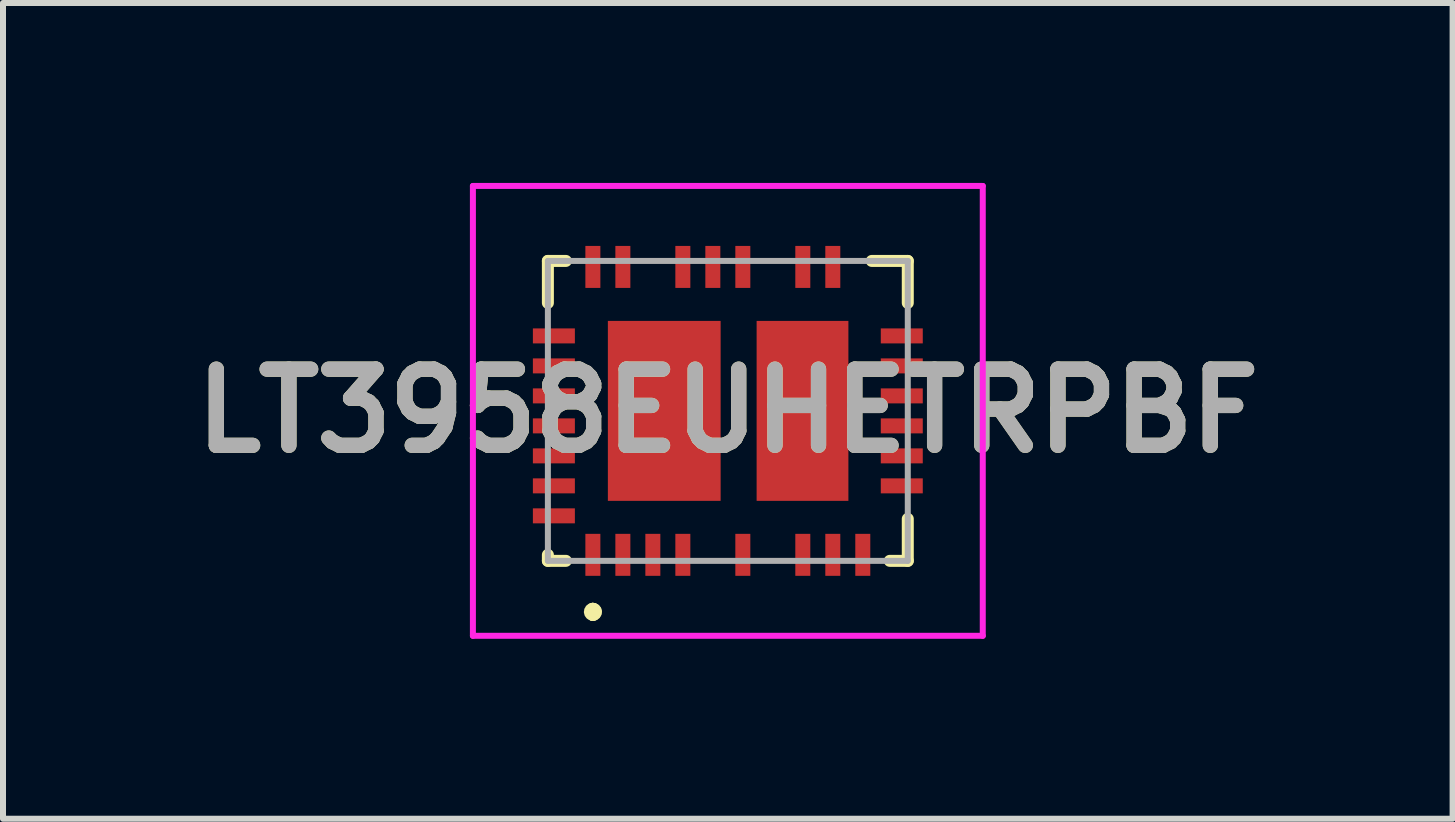
<source format=kicad_pcb>
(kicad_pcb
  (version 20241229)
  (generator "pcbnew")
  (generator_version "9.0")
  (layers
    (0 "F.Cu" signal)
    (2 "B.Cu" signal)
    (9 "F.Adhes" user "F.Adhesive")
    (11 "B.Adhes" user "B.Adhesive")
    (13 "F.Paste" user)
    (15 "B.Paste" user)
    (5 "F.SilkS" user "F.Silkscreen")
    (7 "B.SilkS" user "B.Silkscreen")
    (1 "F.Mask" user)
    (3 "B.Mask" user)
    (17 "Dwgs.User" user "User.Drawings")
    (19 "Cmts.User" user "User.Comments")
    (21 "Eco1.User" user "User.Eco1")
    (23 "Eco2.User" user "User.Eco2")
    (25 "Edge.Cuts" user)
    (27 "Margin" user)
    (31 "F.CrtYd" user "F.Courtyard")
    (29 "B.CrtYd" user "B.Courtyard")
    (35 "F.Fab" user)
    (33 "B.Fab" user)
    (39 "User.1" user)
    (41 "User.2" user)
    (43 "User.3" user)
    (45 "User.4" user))
  (footprint "LT3958EUHETRPBF"
    (layer "F.Cu")
    (at 9.084 3.8)
    (property "Reference" "LT3958EUHETRPBF" (at 0 0 0) (layer "F.SilkS") (effects (font (size 1.27 1.27) (thickness 0.254))))
    (attr smd)
    (fp_line (start -3 -2.5) (end -3 -1.8) (stroke (width 0.2) (type solid)) (layer "F.SilkS"))
    (fp_line (start -3 2.4) (end -3 2.5) (stroke (width 0.2) (type solid)) (layer "F.SilkS"))
    (fp_line (start -3 2.5) (end -2.7 2.5) (stroke (width 0.2) (type solid)) (layer "F.SilkS"))
    (fp_line (start -2.7 -2.5) (end -3 -2.5) (stroke (width 0.2) (type solid)) (layer "F.SilkS"))
    (fp_line (start -2.25 3.3) (end -2.25 3.3) (stroke (width 0.2) (type solid)) (layer "F.SilkS"))
    (fp_line (start -2.25 3.4) (end -2.25 3.4) (stroke (width 0.2) (type solid)) (layer "F.SilkS"))
    (fp_line (start -2.25 3.4) (end -2.25 3.4) (stroke (width 0.2) (type solid)) (layer "F.SilkS"))
    (fp_line (start 2.4 -2.5) (end 3 -2.5) (stroke (width 0.2) (type solid)) (layer "F.SilkS"))
    (fp_line (start 3 -2.5) (end 3 -1.8) (stroke (width 0.2) (type solid)) (layer "F.SilkS"))
    (fp_line (start 3 1.8) (end 3 2.5) (stroke (width 0.2) (type solid)) (layer "F.SilkS"))
    (fp_line (start 3 2.5) (end 2.7 2.5) (stroke (width 0.2) (type solid)) (layer "F.SilkS"))
    (fp_arc (start -2.25 3.3) (mid -2.2 3.35) (end -2.25 3.4) (stroke (width 0.2) (type solid)) (layer "F.SilkS"))
    (fp_arc (start -2.25 3.3) (mid -2.2 3.35) (end -2.25 3.4) (stroke (width 0.2) (type solid)) (layer "F.SilkS"))
    (fp_arc (start -2.25 3.4) (mid -2.3 3.35) (end -2.25 3.3) (stroke (width 0.2) (type solid)) (layer "F.SilkS"))
    (fp_line (start -4.25 -3.75) (end 4.25 -3.75) (stroke (width 0.1) (type solid)) (layer "F.CrtYd"))
    (fp_line (start -4.25 3.75) (end -4.25 -3.75) (stroke (width 0.1) (type solid)) (layer "F.CrtYd"))
    (fp_line (start 4.25 -3.75) (end 4.25 3.75) (stroke (width 0.1) (type solid)) (layer "F.CrtYd"))
    (fp_line (start 4.25 3.75) (end -4.25 3.75) (stroke (width 0.1) (type solid)) (layer "F.CrtYd"))
    (fp_line (start -3 -2.5) (end -3 2.5) (stroke (width 0.1) (type solid)) (layer "F.Fab"))
    (fp_line (start -3 2.5) (end 3 2.5) (stroke (width 0.1) (type solid)) (layer "F.Fab"))
    (fp_line (start 3 -2.5) (end -3 -2.5) (stroke (width 0.1) (type solid)) (layer "F.Fab"))
    (fp_line (start 3 2.5) (end 3 -2.5) (stroke (width 0.1) (type solid)) (layer "F.Fab"))
    (fp_text user "${REFERENCE}" (at 0 0 0) (layer "F.Fab") (effects (font (size 1.27 1.27) (thickness 0.254))))
    (pad "1" smd rect (at -2.25 2.4) (size 0.25 0.7) (layers "F.Cu" "F.Mask" "F.Paste"))
    (pad "2" smd rect (at -1.75 2.4) (size 0.25 0.7) (layers "F.Cu" "F.Mask" "F.Paste"))
    (pad "3" smd rect (at -1.25 2.4) (size 0.25 0.7) (layers "F.Cu" "F.Mask" "F.Paste"))
    (pad "4" smd rect (at -0.75 2.4) (size 0.25 0.7) (layers "F.Cu" "F.Mask" "F.Paste"))
    (pad "6" smd rect (at 0.25 2.4) (size 0.25 0.7) (layers "F.Cu" "F.Mask" "F.Paste"))
    (pad "8" smd rect (at 1.25 2.4) (size 0.25 0.7) (layers "F.Cu" "F.Mask" "F.Paste"))
    (pad "9" smd rect (at 1.75 2.4) (size 0.25 0.7) (layers "F.Cu" "F.Mask" "F.Paste"))
    (pad "10" smd rect (at 2.25 2.4) (size 0.25 0.7) (layers "F.Cu" "F.Mask" "F.Paste"))
    (pad "12" smd rect (at 2.9 1.25 90) (size 0.25 0.7) (layers "F.Cu" "F.Mask" "F.Paste"))
    (pad "13" smd rect (at 2.9 0.75 90) (size 0.25 0.7) (layers "F.Cu" "F.Mask" "F.Paste"))
    (pad "14" smd rect (at 2.9 0.25 90) (size 0.25 0.7) (layers "F.Cu" "F.Mask" "F.Paste"))
    (pad "15" smd rect (at 2.9 -0.25 90) (size 0.25 0.7) (layers "F.Cu" "F.Mask" "F.Paste"))
    (pad "16" smd rect (at 2.9 -0.75 90) (size 0.25 0.7) (layers "F.Cu" "F.Mask" "F.Paste"))
    (pad "17" smd rect (at 2.9 -1.25 90) (size 0.25 0.7) (layers "F.Cu" "F.Mask" "F.Paste"))
    (pad "20" smd rect (at 1.75 -2.4) (size 0.25 0.7) (layers "F.Cu" "F.Mask" "F.Paste"))
    (pad "21" smd rect (at 1.25 -2.4) (size 0.25 0.7) (layers "F.Cu" "F.Mask" "F.Paste"))
    (pad "23" smd rect (at 0.25 -2.4) (size 0.25 0.7) (layers "F.Cu" "F.Mask" "F.Paste"))
    (pad "24" smd rect (at -0.25 -2.4) (size 0.25 0.7) (layers "F.Cu" "F.Mask" "F.Paste"))
    (pad "25" smd rect (at -0.75 -2.4) (size 0.25 0.7) (layers "F.Cu" "F.Mask" "F.Paste"))
    (pad "27" smd rect (at -1.75 -2.4) (size 0.25 0.7) (layers "F.Cu" "F.Mask" "F.Paste"))
    (pad "28" smd rect (at -2.25 -2.4) (size 0.25 0.7) (layers "F.Cu" "F.Mask" "F.Paste"))
    (pad "30" smd rect (at -2.9 -1.25 90) (size 0.25 0.7) (layers "F.Cu" "F.Mask" "F.Paste"))
    (pad "31" smd rect (at -2.9 -0.75 90) (size 0.25 0.7) (layers "F.Cu" "F.Mask" "F.Paste"))
    (pad "32" smd rect (at -2.9 -0.25 90) (size 0.25 0.7) (layers "F.Cu" "F.Mask" "F.Paste"))
    (pad "33" smd rect (at -2.9 0.25 90) (size 0.25 0.7) (layers "F.Cu" "F.Mask" "F.Paste"))
    (pad "34" smd rect (at -2.9 0.75 90) (size 0.25 0.7) (layers "F.Cu" "F.Mask" "F.Paste"))
    (pad "35" smd rect (at -2.9 1.25 90) (size 0.25 0.7) (layers "F.Cu" "F.Mask" "F.Paste"))
    (pad "36" smd rect (at -2.9 1.75 90) (size 0.25 0.7) (layers "F.Cu" "F.Mask" "F.Paste"))
    (pad "37" smd rect (at -1.06 0) (size 1.88 3) (layers "F.Cu" "F.Mask" "F.Paste"))
    (pad "38" smd rect (at 1.245 0) (size 1.53 3) (layers "F.Cu" "F.Mask" "F.Paste")))
  (gr_rect
    (start -3 -3)
    (end 21.167 10.6)
    (stroke (width 0.1) (type default))
    (fill no)
    (layer "Edge.Cuts")))
</source>
